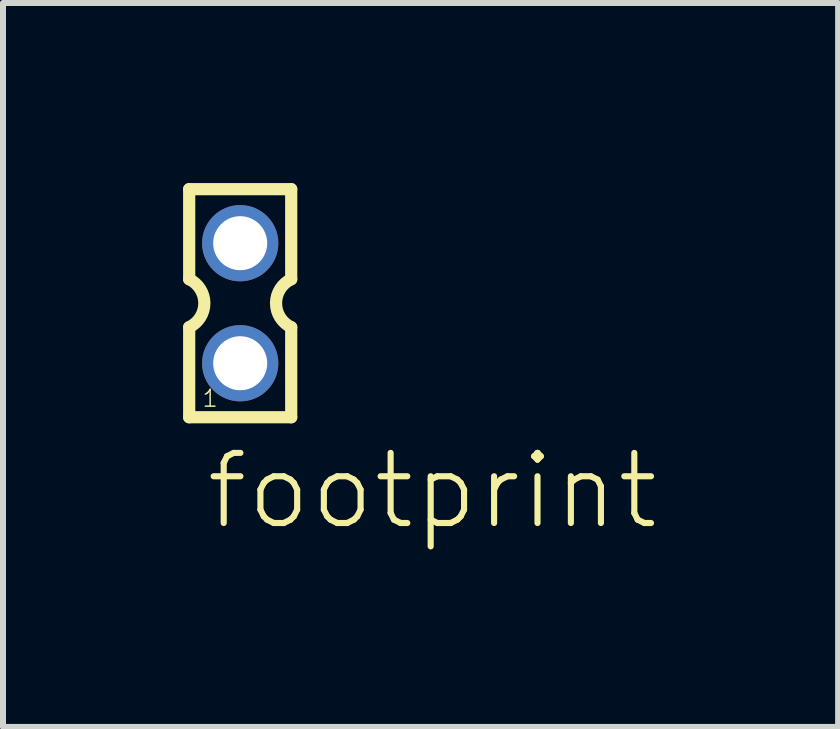
<source format=kicad_pcb>
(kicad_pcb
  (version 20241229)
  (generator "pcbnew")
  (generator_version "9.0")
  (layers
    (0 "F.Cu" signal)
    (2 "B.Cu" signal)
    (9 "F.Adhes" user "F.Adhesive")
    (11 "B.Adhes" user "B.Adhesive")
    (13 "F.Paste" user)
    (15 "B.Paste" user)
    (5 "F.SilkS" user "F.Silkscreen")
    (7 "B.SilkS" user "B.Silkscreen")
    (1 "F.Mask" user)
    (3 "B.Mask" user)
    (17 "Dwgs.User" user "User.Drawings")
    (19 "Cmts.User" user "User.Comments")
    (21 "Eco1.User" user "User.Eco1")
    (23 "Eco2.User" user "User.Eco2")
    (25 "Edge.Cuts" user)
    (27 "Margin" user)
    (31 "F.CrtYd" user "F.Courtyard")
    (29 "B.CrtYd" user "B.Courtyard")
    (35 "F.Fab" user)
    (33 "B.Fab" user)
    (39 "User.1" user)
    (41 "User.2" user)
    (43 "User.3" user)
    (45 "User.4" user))
  (footprint "footprint"
    (layer "F.Cu")
    (at 0.952 2.002)
    (property "Reference" "footprint" (at -0.62 3.81 0) (layer "F.SilkS") (effects (font (size 1.168 1.168) (thickness 0.102)) (justify left bottom)))
    (fp_line (start -0.85 -1.9) (end -0.85 -0.4) (stroke (width 0.203) (type solid)) (layer "F.SilkS"))
    (fp_line (start -0.85 0.4) (end -0.85 1.9) (stroke (width 0.203) (type solid)) (layer "F.SilkS"))
    (fp_line (start -0.85 1.9) (end 0.85 1.9) (stroke (width 0.203) (type solid)) (layer "F.SilkS"))
    (fp_line (start 0.85 -1.9) (end -0.85 -1.9) (stroke (width 0.203) (type solid)) (layer "F.SilkS"))
    (fp_line (start 0.85 -0.4) (end 0.85 -1.9) (stroke (width 0.203) (type solid)) (layer "F.SilkS"))
    (fp_line (start 0.85 1.9) (end 0.85 0.4) (stroke (width 0.203) (type solid)) (layer "F.SilkS"))
    (fp_arc (start -0.85 -0.4) (mid -0.597168 -0.000001) (end -0.849998 0.399999) (stroke (width 0.2032) (type solid)) (layer "F.SilkS"))
    (fp_arc (start 0.85 0.4) (mid 0.597168 0.000001) (end 0.849998 -0.399999) (stroke (width 0.2032) (type solid)) (layer "F.SilkS"))
    (fp_poly (pts (xy -0.25 -0.75) (xy 0.25 -0.75) (xy 0.25 -1.25) (xy -0.25 -1.25)) (stroke (width 0.1) (type solid)) (fill no) (layer "F.Fab"))
    (fp_poly (pts (xy -0.25 1.25) (xy 0.25 1.25) (xy 0.25 0.75) (xy -0.25 0.75)) (stroke (width 0.1) (type solid)) (fill no) (layer "F.Fab"))
    (fp_text user "1" (at -0.65 1.75 0) (layer "F.SilkS") (effects (font (size 0.28 0.28) (thickness 0.024)) (justify left bottom)))
    (pad "1" thru_hole circle (at 0 1) (size 1.27 1.27) (drill 0.9) (layers "*.Cu" "*.Mask"))
    (pad "2" thru_hole circle (at 0 -1) (size 1.27 1.27) (drill 0.9) (layers "*.Cu" "*.Mask")))
  (gr_rect
    (start -3 -3)
    (end 10.914 9.062)
    (stroke (width 0.1) (type default))
    (fill no)
    (layer "Edge.Cuts")))
</source>
